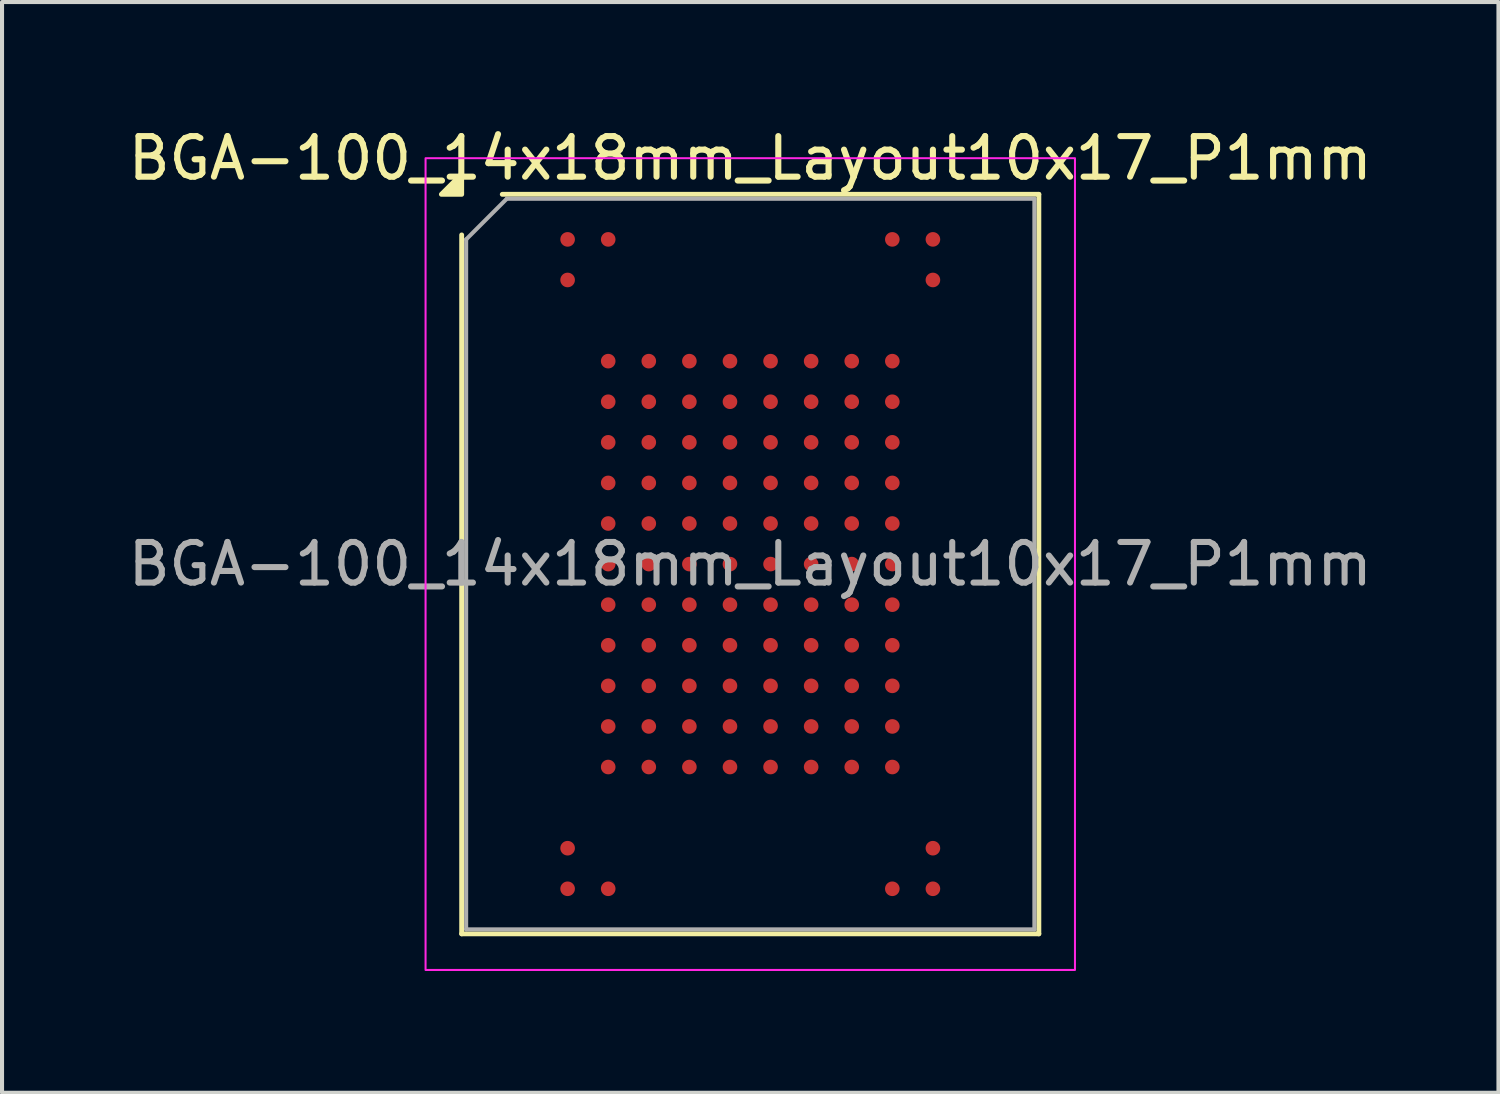
<source format=kicad_pcb>
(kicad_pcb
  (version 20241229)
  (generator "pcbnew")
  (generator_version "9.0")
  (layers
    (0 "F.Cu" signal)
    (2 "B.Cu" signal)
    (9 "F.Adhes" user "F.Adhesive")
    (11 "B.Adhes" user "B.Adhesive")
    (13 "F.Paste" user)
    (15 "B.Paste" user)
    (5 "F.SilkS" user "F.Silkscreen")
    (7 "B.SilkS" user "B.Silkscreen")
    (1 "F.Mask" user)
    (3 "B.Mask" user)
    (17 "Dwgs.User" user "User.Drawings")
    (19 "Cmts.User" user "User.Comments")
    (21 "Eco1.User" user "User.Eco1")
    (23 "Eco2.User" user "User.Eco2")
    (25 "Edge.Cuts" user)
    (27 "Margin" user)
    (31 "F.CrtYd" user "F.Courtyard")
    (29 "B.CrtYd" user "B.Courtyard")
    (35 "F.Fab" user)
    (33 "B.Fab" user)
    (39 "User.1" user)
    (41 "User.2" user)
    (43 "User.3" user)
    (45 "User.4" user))
  (footprint "BGA-100_14x18mm_Layout10x17_P1mm"
    (layer "F.Cu")
    (at 15.435 10.848)
    (property "Reference" "BGA-100_14x18mm_Layout10x17_P1mm" (at 0 -10 0) (layer "F.SilkS") (effects (font (size 1 1) (thickness 0.15))))
    (attr smd)
    (fp_line (start -7.11 9.11) (end -7.11 -8.11) (stroke (width 0.12) (type solid)) (layer "F.SilkS"))
    (fp_line (start -6.11 -9.11) (end 7.11 -9.11) (stroke (width 0.12) (type solid)) (layer "F.SilkS"))
    (fp_line (start 7.11 -9.11) (end 7.11 9.11) (stroke (width 0.12) (type solid)) (layer "F.SilkS"))
    (fp_line (start 7.11 9.11) (end -7.11 9.11) (stroke (width 0.12) (type solid)) (layer "F.SilkS"))
    (fp_poly (pts (xy -7.11 -9.11) (xy -7.61 -9.11) (xy -7.11 -9.61)) (stroke (width 0.12) (type solid)) (fill yes) (layer "F.SilkS"))
    (fp_rect (start -8 -10) (end 8 10) (stroke (width 0.05) (type solid)) (fill no) (layer "F.CrtYd"))
    (fp_line (start -7 -8) (end -6 -9) (stroke (width 0.1) (type solid)) (layer "F.Fab"))
    (fp_line (start -7 9) (end -7 -8) (stroke (width 0.1) (type solid)) (layer "F.Fab"))
    (fp_line (start -6 -9) (end 7 -9) (stroke (width 0.1) (type solid)) (layer "F.Fab"))
    (fp_line (start 7 -9) (end 7 9) (stroke (width 0.1) (type solid)) (layer "F.Fab"))
    (fp_line (start 7 9) (end -7 9) (stroke (width 0.1) (type solid)) (layer "F.Fab"))
    (fp_text user "${REFERENCE}" (at 0 0 0) (layer "F.Fab") (effects (font (size 1 1) (thickness 0.15))))
    (pad "A1" smd circle (at -4.5 -8) (size 0.36 0.36) (property pad_prop_bga) (layers "F.Cu" "F.Mask" "F.Paste"))
    (pad "A2" smd circle (at -3.5 -8) (size 0.36 0.36) (property pad_prop_bga) (layers "F.Cu" "F.Mask" "F.Paste"))
    (pad "A9" smd circle (at 3.5 -8) (size 0.36 0.36) (property pad_prop_bga) (layers "F.Cu" "F.Mask" "F.Paste"))
    (pad "A10" smd circle (at 4.5 -8) (size 0.36 0.36) (property pad_prop_bga) (layers "F.Cu" "F.Mask" "F.Paste"))
    (pad "B1" smd circle (at -4.5 -7) (size 0.36 0.36) (property pad_prop_bga) (layers "F.Cu" "F.Mask" "F.Paste"))
    (pad "B10" smd circle (at 4.5 -7) (size 0.36 0.36) (property pad_prop_bga) (layers "F.Cu" "F.Mask" "F.Paste"))
    (pad "D2" smd circle (at -3.5 -5) (size 0.36 0.36) (property pad_prop_bga) (layers "F.Cu" "F.Mask" "F.Paste"))
    (pad "D3" smd circle (at -2.5 -5) (size 0.36 0.36) (property pad_prop_bga) (layers "F.Cu" "F.Mask" "F.Paste"))
    (pad "D4" smd circle (at -1.5 -5) (size 0.36 0.36) (property pad_prop_bga) (layers "F.Cu" "F.Mask" "F.Paste"))
    (pad "D5" smd circle (at -0.5 -5) (size 0.36 0.36) (property pad_prop_bga) (layers "F.Cu" "F.Mask" "F.Paste"))
    (pad "D6" smd circle (at 0.5 -5) (size 0.36 0.36) (property pad_prop_bga) (layers "F.Cu" "F.Mask" "F.Paste"))
    (pad "D7" smd circle (at 1.5 -5) (size 0.36 0.36) (property pad_prop_bga) (layers "F.Cu" "F.Mask" "F.Paste"))
    (pad "D8" smd circle (at 2.5 -5) (size 0.36 0.36) (property pad_prop_bga) (layers "F.Cu" "F.Mask" "F.Paste"))
    (pad "D9" smd circle (at 3.5 -5) (size 0.36 0.36) (property pad_prop_bga) (layers "F.Cu" "F.Mask" "F.Paste"))
    (pad "E2" smd circle (at -3.5 -4) (size 0.36 0.36) (property pad_prop_bga) (layers "F.Cu" "F.Mask" "F.Paste"))
    (pad "E3" smd circle (at -2.5 -4) (size 0.36 0.36) (property pad_prop_bga) (layers "F.Cu" "F.Mask" "F.Paste"))
    (pad "E4" smd circle (at -1.5 -4) (size 0.36 0.36) (property pad_prop_bga) (layers "F.Cu" "F.Mask" "F.Paste"))
    (pad "E5" smd circle (at -0.5 -4) (size 0.36 0.36) (property pad_prop_bga) (layers "F.Cu" "F.Mask" "F.Paste"))
    (pad "E6" smd circle (at 0.5 -4) (size 0.36 0.36) (property pad_prop_bga) (layers "F.Cu" "F.Mask" "F.Paste"))
    (pad "E7" smd circle (at 1.5 -4) (size 0.36 0.36) (property pad_prop_bga) (layers "F.Cu" "F.Mask" "F.Paste"))
    (pad "E8" smd circle (at 2.5 -4) (size 0.36 0.36) (property pad_prop_bga) (layers "F.Cu" "F.Mask" "F.Paste"))
    (pad "E9" smd circle (at 3.5 -4) (size 0.36 0.36) (property pad_prop_bga) (layers "F.Cu" "F.Mask" "F.Paste"))
    (pad "F2" smd circle (at -3.5 -3) (size 0.36 0.36) (property pad_prop_bga) (layers "F.Cu" "F.Mask" "F.Paste"))
    (pad "F3" smd circle (at -2.5 -3) (size 0.36 0.36) (property pad_prop_bga) (layers "F.Cu" "F.Mask" "F.Paste"))
    (pad "F4" smd circle (at -1.5 -3) (size 0.36 0.36) (property pad_prop_bga) (layers "F.Cu" "F.Mask" "F.Paste"))
    (pad "F5" smd circle (at -0.5 -3) (size 0.36 0.36) (property pad_prop_bga) (layers "F.Cu" "F.Mask" "F.Paste"))
    (pad "F6" smd circle (at 0.5 -3) (size 0.36 0.36) (property pad_prop_bga) (layers "F.Cu" "F.Mask" "F.Paste"))
    (pad "F7" smd circle (at 1.5 -3) (size 0.36 0.36) (property pad_prop_bga) (layers "F.Cu" "F.Mask" "F.Paste"))
    (pad "F8" smd circle (at 2.5 -3) (size 0.36 0.36) (property pad_prop_bga) (layers "F.Cu" "F.Mask" "F.Paste"))
    (pad "F9" smd circle (at 3.5 -3) (size 0.36 0.36) (property pad_prop_bga) (layers "F.Cu" "F.Mask" "F.Paste"))
    (pad "G2" smd circle (at -3.5 -2) (size 0.36 0.36) (property pad_prop_bga) (layers "F.Cu" "F.Mask" "F.Paste"))
    (pad "G3" smd circle (at -2.5 -2) (size 0.36 0.36) (property pad_prop_bga) (layers "F.Cu" "F.Mask" "F.Paste"))
    (pad "G4" smd circle (at -1.5 -2) (size 0.36 0.36) (property pad_prop_bga) (layers "F.Cu" "F.Mask" "F.Paste"))
    (pad "G5" smd circle (at -0.5 -2) (size 0.36 0.36) (property pad_prop_bga) (layers "F.Cu" "F.Mask" "F.Paste"))
    (pad "G6" smd circle (at 0.5 -2) (size 0.36 0.36) (property pad_prop_bga) (layers "F.Cu" "F.Mask" "F.Paste"))
    (pad "G7" smd circle (at 1.5 -2) (size 0.36 0.36) (property pad_prop_bga) (layers "F.Cu" "F.Mask" "F.Paste"))
    (pad "G8" smd circle (at 2.5 -2) (size 0.36 0.36) (property pad_prop_bga) (layers "F.Cu" "F.Mask" "F.Paste"))
    (pad "G9" smd circle (at 3.5 -2) (size 0.36 0.36) (property pad_prop_bga) (layers "F.Cu" "F.Mask" "F.Paste"))
    (pad "H2" smd circle (at -3.5 -1) (size 0.36 0.36) (property pad_prop_bga) (layers "F.Cu" "F.Mask" "F.Paste"))
    (pad "H3" smd circle (at -2.5 -1) (size 0.36 0.36) (property pad_prop_bga) (layers "F.Cu" "F.Mask" "F.Paste"))
    (pad "H4" smd circle (at -1.5 -1) (size 0.36 0.36) (property pad_prop_bga) (layers "F.Cu" "F.Mask" "F.Paste"))
    (pad "H5" smd circle (at -0.5 -1) (size 0.36 0.36) (property pad_prop_bga) (layers "F.Cu" "F.Mask" "F.Paste"))
    (pad "H6" smd circle (at 0.5 -1) (size 0.36 0.36) (property pad_prop_bga) (layers "F.Cu" "F.Mask" "F.Paste"))
    (pad "H7" smd circle (at 1.5 -1) (size 0.36 0.36) (property pad_prop_bga) (layers "F.Cu" "F.Mask" "F.Paste"))
    (pad "H8" smd circle (at 2.5 -1) (size 0.36 0.36) (property pad_prop_bga) (layers "F.Cu" "F.Mask" "F.Paste"))
    (pad "H9" smd circle (at 3.5 -1) (size 0.36 0.36) (property pad_prop_bga) (layers "F.Cu" "F.Mask" "F.Paste"))
    (pad "J2" smd circle (at -3.5 0) (size 0.36 0.36) (property pad_prop_bga) (layers "F.Cu" "F.Mask" "F.Paste"))
    (pad "J3" smd circle (at -2.5 0) (size 0.36 0.36) (property pad_prop_bga) (layers "F.Cu" "F.Mask" "F.Paste"))
    (pad "J4" smd circle (at -1.5 0) (size 0.36 0.36) (property pad_prop_bga) (layers "F.Cu" "F.Mask" "F.Paste"))
    (pad "J5" smd circle (at -0.5 0) (size 0.36 0.36) (property pad_prop_bga) (layers "F.Cu" "F.Mask" "F.Paste"))
    (pad "J6" smd circle (at 0.5 0) (size 0.36 0.36) (property pad_prop_bga) (layers "F.Cu" "F.Mask" "F.Paste"))
    (pad "J7" smd circle (at 1.5 0) (size 0.36 0.36) (property pad_prop_bga) (layers "F.Cu" "F.Mask" "F.Paste"))
    (pad "J8" smd circle (at 2.5 0) (size 0.36 0.36) (property pad_prop_bga) (layers "F.Cu" "F.Mask" "F.Paste"))
    (pad "J9" smd circle (at 3.5 0) (size 0.36 0.36) (property pad_prop_bga) (layers "F.Cu" "F.Mask" "F.Paste"))
    (pad "K2" smd circle (at -3.5 1) (size 0.36 0.36) (property pad_prop_bga) (layers "F.Cu" "F.Mask" "F.Paste"))
    (pad "K3" smd circle (at -2.5 1) (size 0.36 0.36) (property pad_prop_bga) (layers "F.Cu" "F.Mask" "F.Paste"))
    (pad "K4" smd circle (at -1.5 1) (size 0.36 0.36) (property pad_prop_bga) (layers "F.Cu" "F.Mask" "F.Paste"))
    (pad "K5" smd circle (at -0.5 1) (size 0.36 0.36) (property pad_prop_bga) (layers "F.Cu" "F.Mask" "F.Paste"))
    (pad "K6" smd circle (at 0.5 1) (size 0.36 0.36) (property pad_prop_bga) (layers "F.Cu" "F.Mask" "F.Paste"))
    (pad "K7" smd circle (at 1.5 1) (size 0.36 0.36) (property pad_prop_bga) (layers "F.Cu" "F.Mask" "F.Paste"))
    (pad "K8" smd circle (at 2.5 1) (size 0.36 0.36) (property pad_prop_bga) (layers "F.Cu" "F.Mask" "F.Paste"))
    (pad "K9" smd circle (at 3.5 1) (size 0.36 0.36) (property pad_prop_bga) (layers "F.Cu" "F.Mask" "F.Paste"))
    (pad "L2" smd circle (at -3.5 2) (size 0.36 0.36) (property pad_prop_bga) (layers "F.Cu" "F.Mask" "F.Paste"))
    (pad "L3" smd circle (at -2.5 2) (size 0.36 0.36) (property pad_prop_bga) (layers "F.Cu" "F.Mask" "F.Paste"))
    (pad "L4" smd circle (at -1.5 2) (size 0.36 0.36) (property pad_prop_bga) (layers "F.Cu" "F.Mask" "F.Paste"))
    (pad "L5" smd circle (at -0.5 2) (size 0.36 0.36) (property pad_prop_bga) (layers "F.Cu" "F.Mask" "F.Paste"))
    (pad "L6" smd circle (at 0.5 2) (size 0.36 0.36) (property pad_prop_bga) (layers "F.Cu" "F.Mask" "F.Paste"))
    (pad "L7" smd circle (at 1.5 2) (size 0.36 0.36) (property pad_prop_bga) (layers "F.Cu" "F.Mask" "F.Paste"))
    (pad "L8" smd circle (at 2.5 2) (size 0.36 0.36) (property pad_prop_bga) (layers "F.Cu" "F.Mask" "F.Paste"))
    (pad "L9" smd circle (at 3.5 2) (size 0.36 0.36) (property pad_prop_bga) (layers "F.Cu" "F.Mask" "F.Paste"))
    (pad "M2" smd circle (at -3.5 3) (size 0.36 0.36) (property pad_prop_bga) (layers "F.Cu" "F.Mask" "F.Paste"))
    (pad "M3" smd circle (at -2.5 3) (size 0.36 0.36) (property pad_prop_bga) (layers "F.Cu" "F.Mask" "F.Paste"))
    (pad "M4" smd circle (at -1.5 3) (size 0.36 0.36) (property pad_prop_bga) (layers "F.Cu" "F.Mask" "F.Paste"))
    (pad "M5" smd circle (at -0.5 3) (size 0.36 0.36) (property pad_prop_bga) (layers "F.Cu" "F.Mask" "F.Paste"))
    (pad "M6" smd circle (at 0.5 3) (size 0.36 0.36) (property pad_prop_bga) (layers "F.Cu" "F.Mask" "F.Paste"))
    (pad "M7" smd circle (at 1.5 3) (size 0.36 0.36) (property pad_prop_bga) (layers "F.Cu" "F.Mask" "F.Paste"))
    (pad "M8" smd circle (at 2.5 3) (size 0.36 0.36) (property pad_prop_bga) (layers "F.Cu" "F.Mask" "F.Paste"))
    (pad "M9" smd circle (at 3.5 3) (size 0.36 0.36) (property pad_prop_bga) (layers "F.Cu" "F.Mask" "F.Paste"))
    (pad "N2" smd circle (at -3.5 4) (size 0.36 0.36) (property pad_prop_bga) (layers "F.Cu" "F.Mask" "F.Paste"))
    (pad "N3" smd circle (at -2.5 4) (size 0.36 0.36) (property pad_prop_bga) (layers "F.Cu" "F.Mask" "F.Paste"))
    (pad "N4" smd circle (at -1.5 4) (size 0.36 0.36) (property pad_prop_bga) (layers "F.Cu" "F.Mask" "F.Paste"))
    (pad "N5" smd circle (at -0.5 4) (size 0.36 0.36) (property pad_prop_bga) (layers "F.Cu" "F.Mask" "F.Paste"))
    (pad "N6" smd circle (at 0.5 4) (size 0.36 0.36) (property pad_prop_bga) (layers "F.Cu" "F.Mask" "F.Paste"))
    (pad "N7" smd circle (at 1.5 4) (size 0.36 0.36) (property pad_prop_bga) (layers "F.Cu" "F.Mask" "F.Paste"))
    (pad "N8" smd circle (at 2.5 4) (size 0.36 0.36) (property pad_prop_bga) (layers "F.Cu" "F.Mask" "F.Paste"))
    (pad "N9" smd circle (at 3.5 4) (size 0.36 0.36) (property pad_prop_bga) (layers "F.Cu" "F.Mask" "F.Paste"))
    (pad "P2" smd circle (at -3.5 5) (size 0.36 0.36) (property pad_prop_bga) (layers "F.Cu" "F.Mask" "F.Paste"))
    (pad "P3" smd circle (at -2.5 5) (size 0.36 0.36) (property pad_prop_bga) (layers "F.Cu" "F.Mask" "F.Paste"))
    (pad "P4" smd circle (at -1.5 5) (size 0.36 0.36) (property pad_prop_bga) (layers "F.Cu" "F.Mask" "F.Paste"))
    (pad "P5" smd circle (at -0.5 5) (size 0.36 0.36) (property pad_prop_bga) (layers "F.Cu" "F.Mask" "F.Paste"))
    (pad "P6" smd circle (at 0.5 5) (size 0.36 0.36) (property pad_prop_bga) (layers "F.Cu" "F.Mask" "F.Paste"))
    (pad "P7" smd circle (at 1.5 5) (size 0.36 0.36) (property pad_prop_bga) (layers "F.Cu" "F.Mask" "F.Paste"))
    (pad "P8" smd circle (at 2.5 5) (size 0.36 0.36) (property pad_prop_bga) (layers "F.Cu" "F.Mask" "F.Paste"))
    (pad "P9" smd circle (at 3.5 5) (size 0.36 0.36) (property pad_prop_bga) (layers "F.Cu" "F.Mask" "F.Paste"))
    (pad "T1" smd circle (at -4.5 7) (size 0.36 0.36) (property pad_prop_bga) (layers "F.Cu" "F.Mask" "F.Paste"))
    (pad "T10" smd circle (at 4.5 7) (size 0.36 0.36) (property pad_prop_bga) (layers "F.Cu" "F.Mask" "F.Paste"))
    (pad "U1" smd circle (at -4.5 8) (size 0.36 0.36) (property pad_prop_bga) (layers "F.Cu" "F.Mask" "F.Paste"))
    (pad "U2" smd circle (at -3.5 8) (size 0.36 0.36) (property pad_prop_bga) (layers "F.Cu" "F.Mask" "F.Paste"))
    (pad "U9" smd circle (at 3.5 8) (size 0.36 0.36) (property pad_prop_bga) (layers "F.Cu" "F.Mask" "F.Paste"))
    (pad "U10" smd circle (at 4.5 8) (size 0.36 0.36) (property pad_prop_bga) (layers "F.Cu" "F.Mask" "F.Paste")))
  (gr_rect
    (start -3 -3)
    (end 33.869 23.873)
    (stroke (width 0.1) (type default))
    (fill no)
    (layer "Edge.Cuts")))
</source>
